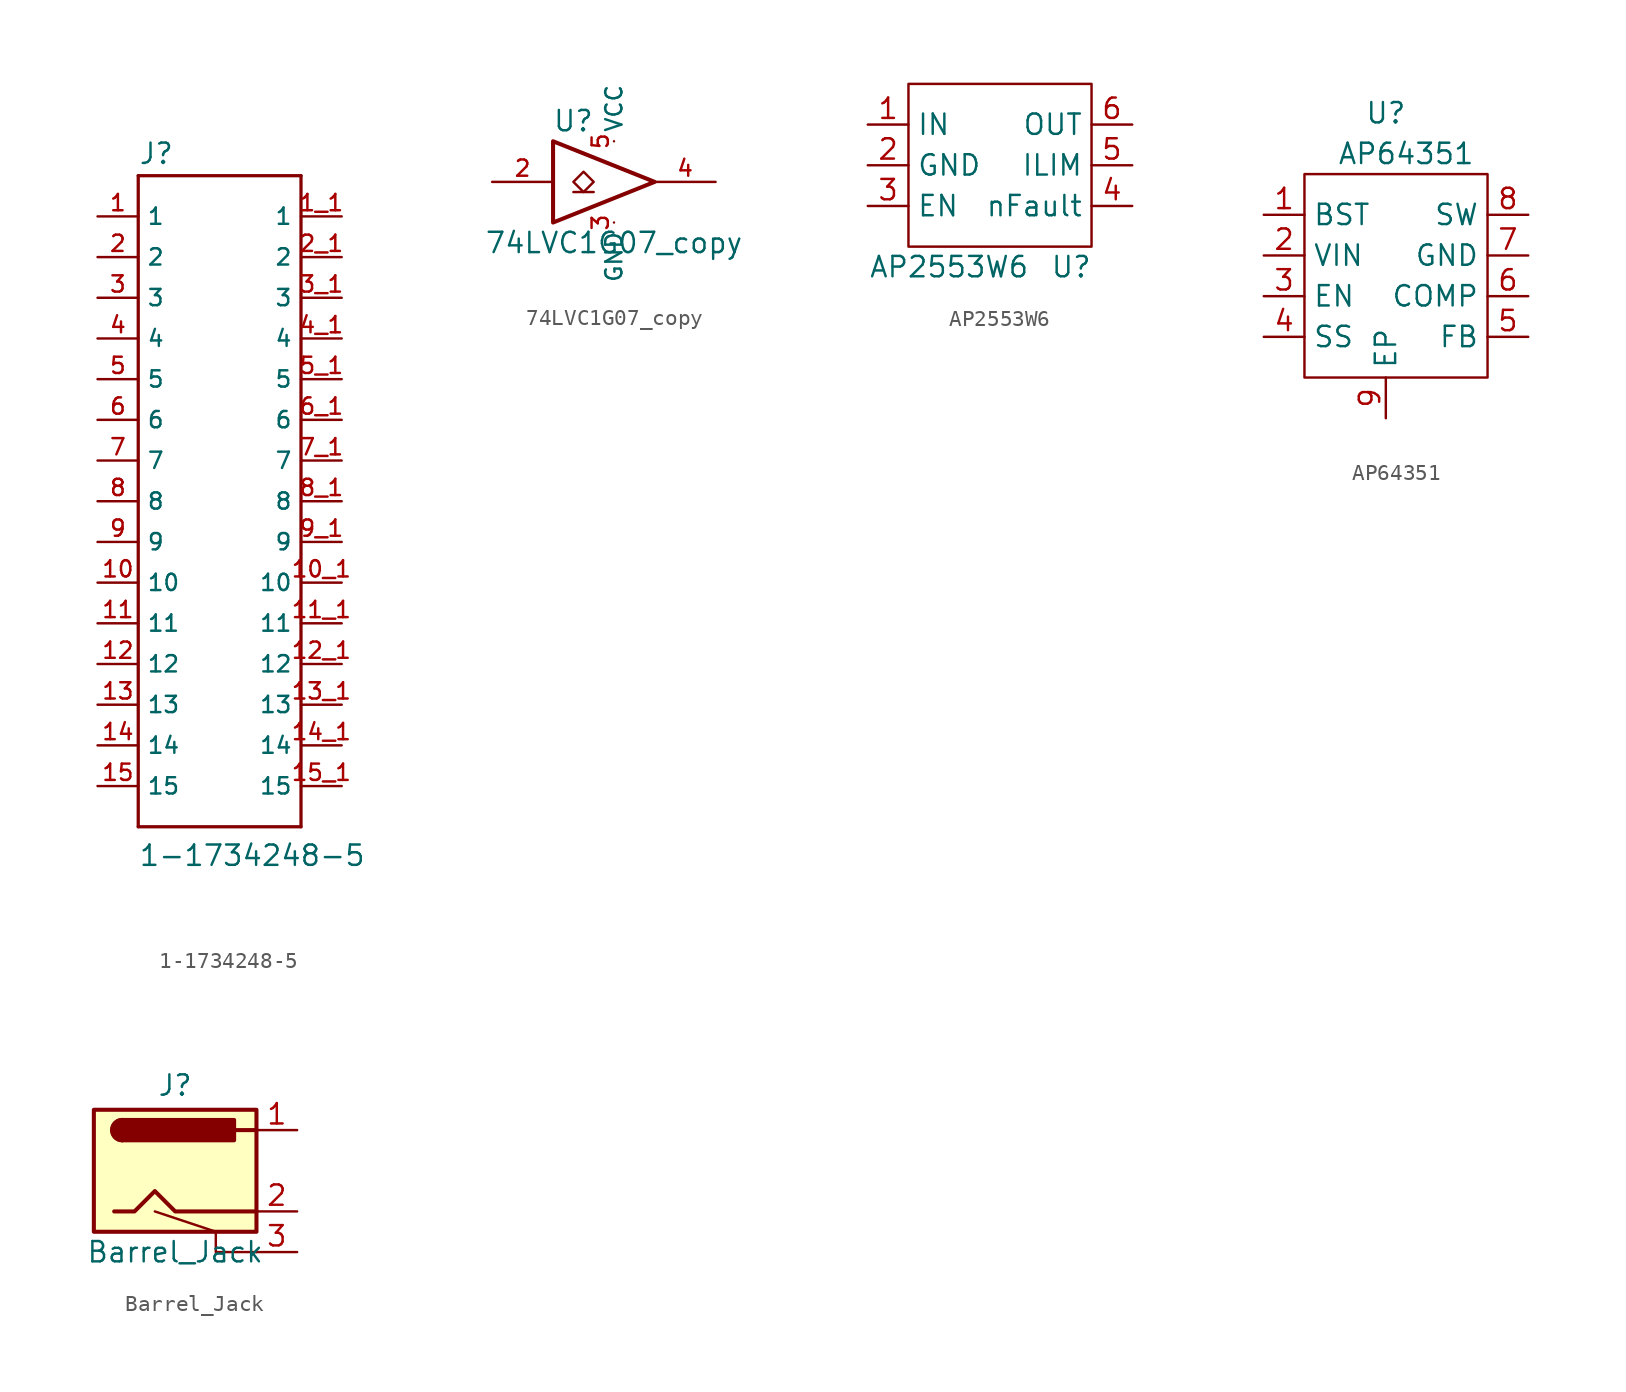
<source format=kicad_sym>
(kicad_symbol_lib
  (version 20201005)
  (generator kicad_symbol_editor)
  (symbol "AP2100:1-1734248-5"
    (property "Reference" "J"
      (at -5.08 20.955 0)
      (effects (font (size 1.27 1.27)) (justify left bottom)))
    (property "Value" "1-1734248-5"
      (at -5.08 -22.86 0)
      (effects (font (size 1.27 1.27)) (justify left bottom)))
    (property "ki_locked" ""
      (at 0 0 0)
      (effects (font (size 1.27 1.27))))
    (symbol "1-1734248-5_0_0"
      (polyline (pts (xy -5.08 -20.32) (xy 5.08 -20.32)) (stroke (width 0.203)) (fill (type none)))
      (polyline (pts (xy -5.08 20.32) (xy -5.08 -20.32)) (stroke (width 0.203)) (fill (type none)))
      (polyline (pts (xy 5.08 -20.32) (xy 5.08 20.32)) (stroke (width 0.203)) (fill (type none)))
      (polyline (pts (xy 5.08 20.32) (xy -5.08 20.32)) (stroke (width 0.203)) (fill (type none)))
      (pin passive line (at -7.62 17.78 0) (length 2.54) (name "1" (effects (font (size 1.016 1.016)))) (number "1" (effects (font (size 1.016 1.016)))))
      (pin passive line (at -7.62 -5.08 0) (length 2.54) (name "10" (effects (font (size 1.016 1.016)))) (number "10" (effects (font (size 1.016 1.016)))))
      (pin passive line (at 7.62 -5.08 180) (length 2.54) (name "10" (effects (font (size 1.016 1.016)))) (number "10_1" (effects (font (size 1.016 1.016)))))
      (pin passive line (at -7.62 -7.62 0) (length 2.54) (name "11" (effects (font (size 1.016 1.016)))) (number "11" (effects (font (size 1.016 1.016)))))
      (pin passive line (at 7.62 -7.62 180) (length 2.54) (name "11" (effects (font (size 1.016 1.016)))) (number "11_1" (effects (font (size 1.016 1.016)))))
      (pin passive line (at -7.62 -10.16 0) (length 2.54) (name "12" (effects (font (size 1.016 1.016)))) (number "12" (effects (font (size 1.016 1.016)))))
      (pin passive line (at 7.62 -10.16 180) (length 2.54) (name "12" (effects (font (size 1.016 1.016)))) (number "12_1" (effects (font (size 1.016 1.016)))))
      (pin passive line (at -7.62 -12.7 0) (length 2.54) (name "13" (effects (font (size 1.016 1.016)))) (number "13" (effects (font (size 1.016 1.016)))))
      (pin passive line (at 7.62 -12.7 180) (length 2.54) (name "13" (effects (font (size 1.016 1.016)))) (number "13_1" (effects (font (size 1.016 1.016)))))
      (pin passive line (at -7.62 -15.24 0) (length 2.54) (name "14" (effects (font (size 1.016 1.016)))) (number "14" (effects (font (size 1.016 1.016)))))
      (pin passive line (at 7.62 -15.24 180) (length 2.54) (name "14" (effects (font (size 1.016 1.016)))) (number "14_1" (effects (font (size 1.016 1.016)))))
      (pin passive line (at -7.62 -17.78 0) (length 2.54) (name "15" (effects (font (size 1.016 1.016)))) (number "15" (effects (font (size 1.016 1.016)))))
      (pin passive line (at 7.62 -17.78 180) (length 2.54) (name "15" (effects (font (size 1.016 1.016)))) (number "15_1" (effects (font (size 1.016 1.016)))))
      (pin passive line (at 7.62 17.78 180) (length 2.54) (name "1" (effects (font (size 1.016 1.016)))) (number "1_1" (effects (font (size 1.016 1.016)))))
      (pin passive line (at -7.62 15.24 0) (length 2.54) (name "2" (effects (font (size 1.016 1.016)))) (number "2" (effects (font (size 1.016 1.016)))))
      (pin passive line (at 7.62 15.24 180) (length 2.54) (name "2" (effects (font (size 1.016 1.016)))) (number "2_1" (effects (font (size 1.016 1.016)))))
      (pin passive line (at -7.62 12.7 0) (length 2.54) (name "3" (effects (font (size 1.016 1.016)))) (number "3" (effects (font (size 1.016 1.016)))))
      (pin passive line (at 7.62 12.7 180) (length 2.54) (name "3" (effects (font (size 1.016 1.016)))) (number "3_1" (effects (font (size 1.016 1.016)))))
      (pin passive line (at -7.62 10.16 0) (length 2.54) (name "4" (effects (font (size 1.016 1.016)))) (number "4" (effects (font (size 1.016 1.016)))))
      (pin passive line (at 7.62 10.16 180) (length 2.54) (name "4" (effects (font (size 1.016 1.016)))) (number "4_1" (effects (font (size 1.016 1.016)))))
      (pin passive line (at -7.62 7.62 0) (length 2.54) (name "5" (effects (font (size 1.016 1.016)))) (number "5" (effects (font (size 1.016 1.016)))))
      (pin passive line (at 7.62 7.62 180) (length 2.54) (name "5" (effects (font (size 1.016 1.016)))) (number "5_1" (effects (font (size 1.016 1.016)))))
      (pin passive line (at -7.62 5.08 0) (length 2.54) (name "6" (effects (font (size 1.016 1.016)))) (number "6" (effects (font (size 1.016 1.016)))))
      (pin passive line (at 7.62 5.08 180) (length 2.54) (name "6" (effects (font (size 1.016 1.016)))) (number "6_1" (effects (font (size 1.016 1.016)))))
      (pin passive line (at -7.62 2.54 0) (length 2.54) (name "7" (effects (font (size 1.016 1.016)))) (number "7" (effects (font (size 1.016 1.016)))))
      (pin passive line (at 7.62 2.54 180) (length 2.54) (name "7" (effects (font (size 1.016 1.016)))) (number "7_1" (effects (font (size 1.016 1.016)))))
      (pin passive line (at -7.62 0 0) (length 2.54) (name "8" (effects (font (size 1.016 1.016)))) (number "8" (effects (font (size 1.016 1.016)))))
      (pin passive line (at 7.62 0 180) (length 2.54) (name "8" (effects (font (size 1.016 1.016)))) (number "8_1" (effects (font (size 1.016 1.016)))))
      (pin passive line (at -7.62 -2.54 0) (length 2.54) (name "9" (effects (font (size 1.016 1.016)))) (number "9" (effects (font (size 1.016 1.016)))))
      (pin passive line (at 7.62 -2.54 180) (length 2.54) (name "9" (effects (font (size 1.016 1.016)))) (number "9_1" (effects (font (size 1.016 1.016)))))))
  (symbol "AP2100:74LVC1G07_copy"
    (property "Reference" "U"
      (at -2.54 3.81 0)
      (effects (font (size 1.27 1.27))))
    (property "Value" "74LVC1G07_copy"
      (at 0 -3.81 0)
      (effects (font (size 1.27 1.27))))
    (symbol "74LVC1G07_copy_0_1"
      (polyline (pts (xy -2.54 -0.635) (xy -1.27 -0.635)) (stroke (width 0)) (fill (type none)))
      (polyline (pts (xy -3.81 2.54) (xy -3.81 -2.54) (xy 2.54 0) (xy -3.81 2.54)) (stroke (width 0.254)) (fill (type none)))
      (polyline (pts (xy -1.905 0.635) (xy -2.54 0) (xy -1.905 -0.635) (xy -1.27 0) (xy -1.905 0.635)) (stroke (width 0)) (fill (type none))))
    (symbol "74LVC1G07_copy_1_1"
      (pin input line (at -7.62 0 0) (length 3.81) (name "~" (effects (font (size 1.016 1.016)))) (number "2" (effects (font (size 1.016 1.016)))))
      (pin power_in line (at 0 -2.54 270) (length 0) (name "GND" (effects (font (size 1.016 1.016)))) (number "3" (effects (font (size 1.016 1.016)))))
      (pin open_collector line (at 6.35 0 180) (length 3.81) (name "~" (effects (font (size 1.016 1.016)))) (number "4" (effects (font (size 1.016 1.016)))))
      (pin power_in line (at 0 2.54 90) (length 0) (name "VCC" (effects (font (size 1.016 1.016)))) (number "5" (effects (font (size 1.016 1.016)))))))
  (symbol "AP2100:AP2553W6"
    (property "Reference" "U"
      (at 3.81 -6.35 0)
      (effects (font (size 1.27 1.27))))
    (property "Value" "AP2553W6"
      (at -3.81 -6.35 0)
      (effects (font (size 1.27 1.27))))
    (symbol "AP2553W6_0_1"
      (rectangle (start -6.35 5.08) (end 5.08 -5.08) (stroke (width 0)) (fill (type none))))
    (symbol "AP2553W6_0_0"
      (pin power_in line (at -8.89 2.54 0) (length 2.54) (name "IN" (effects (font (size 1.27 1.27)))) (number "1" (effects (font (size 1.27 1.27)))))
      (pin power_out line (at -8.89 0 0) (length 2.54) (name "GND" (effects (font (size 1.27 1.27)))) (number "2" (effects (font (size 1.27 1.27)))))
      (pin input line (at -8.89 -2.54 0) (length 2.54) (name "EN" (effects (font (size 1.27 1.27)))) (number "3" (effects (font (size 1.27 1.27)))))
      (pin open_collector line (at 7.62 -2.54 180) (length 2.54) (name "nFault" (effects (font (size 1.27 1.27)))) (number "4" (effects (font (size 1.27 1.27)))))
      (pin passive line (at 7.62 0 180) (length 2.54) (name "ILIM" (effects (font (size 1.27 1.27)))) (number "5" (effects (font (size 1.27 1.27)))))
      (pin power_out line (at 7.62 2.54 180) (length 2.54) (name "OUT" (effects (font (size 1.27 1.27)))) (number "6" (effects (font (size 1.27 1.27)))))))
  (symbol "AP2100:AP64351"
    (property "Reference" "U"
      (at 0 8.89 0)
      (effects (font (size 1.27 1.27))))
    (property "Value" "AP64351"
      (at 1.27 6.35 0)
      (effects (font (size 1.27 1.27))))
    (symbol "AP64351_0_1"
      (rectangle (start -5.08 5.08) (end 6.35 -7.62) (stroke (width 0)) (fill (type none))))
    (symbol "AP64351_1_1"
      (pin passive line (at -7.62 2.54 0) (length 2.54) (name "BST" (effects (font (size 1.27 1.27)))) (number "1" (effects (font (size 1.27 1.27)))))
      (pin power_in line (at -7.62 0 0) (length 2.54) (name "VIN" (effects (font (size 1.27 1.27)))) (number "2" (effects (font (size 1.27 1.27)))))
      (pin input line (at -7.62 -2.54 0) (length 2.54) (name "EN" (effects (font (size 1.27 1.27)))) (number "3" (effects (font (size 1.27 1.27)))))
      (pin input line (at -7.62 -5.08 0) (length 2.54) (name "SS" (effects (font (size 1.27 1.27)))) (number "4" (effects (font (size 1.27 1.27)))))
      (pin input line (at 8.89 -5.08 180) (length 2.54) (name "FB" (effects (font (size 1.27 1.27)))) (number "5" (effects (font (size 1.27 1.27)))))
      (pin input line (at 8.89 -2.54 180) (length 2.54) (name "COMP" (effects (font (size 1.27 1.27)))) (number "6" (effects (font (size 1.27 1.27)))))
      (pin power_in line (at 8.89 0 180) (length 2.54) (name "GND" (effects (font (size 1.27 1.27)))) (number "7" (effects (font (size 1.27 1.27)))))
      (pin output line (at 8.89 2.54 180) (length 2.54) (name "SW" (effects (font (size 1.27 1.27)))) (number "8" (effects (font (size 1.27 1.27)))))
      (pin passive line (at 0 -10.16 90) (length 2.54) (name "EP" (effects (font (size 1.27 1.27)))) (number "9" (effects (font (size 1.27 1.27)))))))
  (symbol "AP2100:Barrel_Jack"
    (property "Reference" "J"
      (at 0 5.334 0)
      (effects (font (size 1.27 1.27))))
    (property "Value" "Barrel_Jack"
      (at 0 -5.08 0)
      (effects (font (size 1.27 1.27))))
    (symbol "Barrel_Jack_0_1"
      (arc (start -3.302 3.175) (end -3.302 1.905) (radius (at -3.302 2.54) (length 0.635) (angles 90.1 -90.1)) (stroke (width 0.254)) (fill (type outline)))
      (arc (start -3.302 3.175) (end -3.302 1.905) (radius (at -3.302 2.54) (length 0.635) (angles 90.1 -90.1)) (stroke (width 0.254)) (fill (type none)))
      (rectangle (start -5.08 3.81) (end 5.08 -3.81) (stroke (width 0.254)) (fill (type background)))
      (rectangle (start 3.683 3.175) (end -3.302 1.905) (stroke (width 0.254)) (fill (type outline)))
      (polyline (pts (xy 5.08 2.54) (xy 3.81 2.54)) (stroke (width 0.254)) (fill (type none)))
      (polyline (pts (xy 5.08 -5.08) (xy 2.54 -5.08) (xy 2.54 -3.81) (xy -1.27 -2.54)) (stroke (width 0)) (fill (type none)))
      (polyline (pts (xy -3.81 -2.54) (xy -2.54 -2.54) (xy -1.27 -1.27) (xy 0 -2.54) (xy 2.54 -2.54) (xy 5.08 -2.54)) (stroke (width 0.254)) (fill (type none))))
    (symbol "Barrel_Jack_1_1"
      (pin passive line (at 7.62 2.54 180) (length 2.54) (name "~" (effects (font (size 1.27 1.27)))) (number "1" (effects (font (size 1.27 1.27)))))
      (pin passive line (at 7.62 -2.54 180) (length 2.54) (name "~" (effects (font (size 1.27 1.27)))) (number "2" (effects (font (size 1.27 1.27)))))
      (pin passive line (at 7.62 -5.08 180) (length 2.54) (name "~" (effects (font (size 1.27 1.27)))) (number "3" (effects (font (size 1.27 1.27))))))))
</source>
